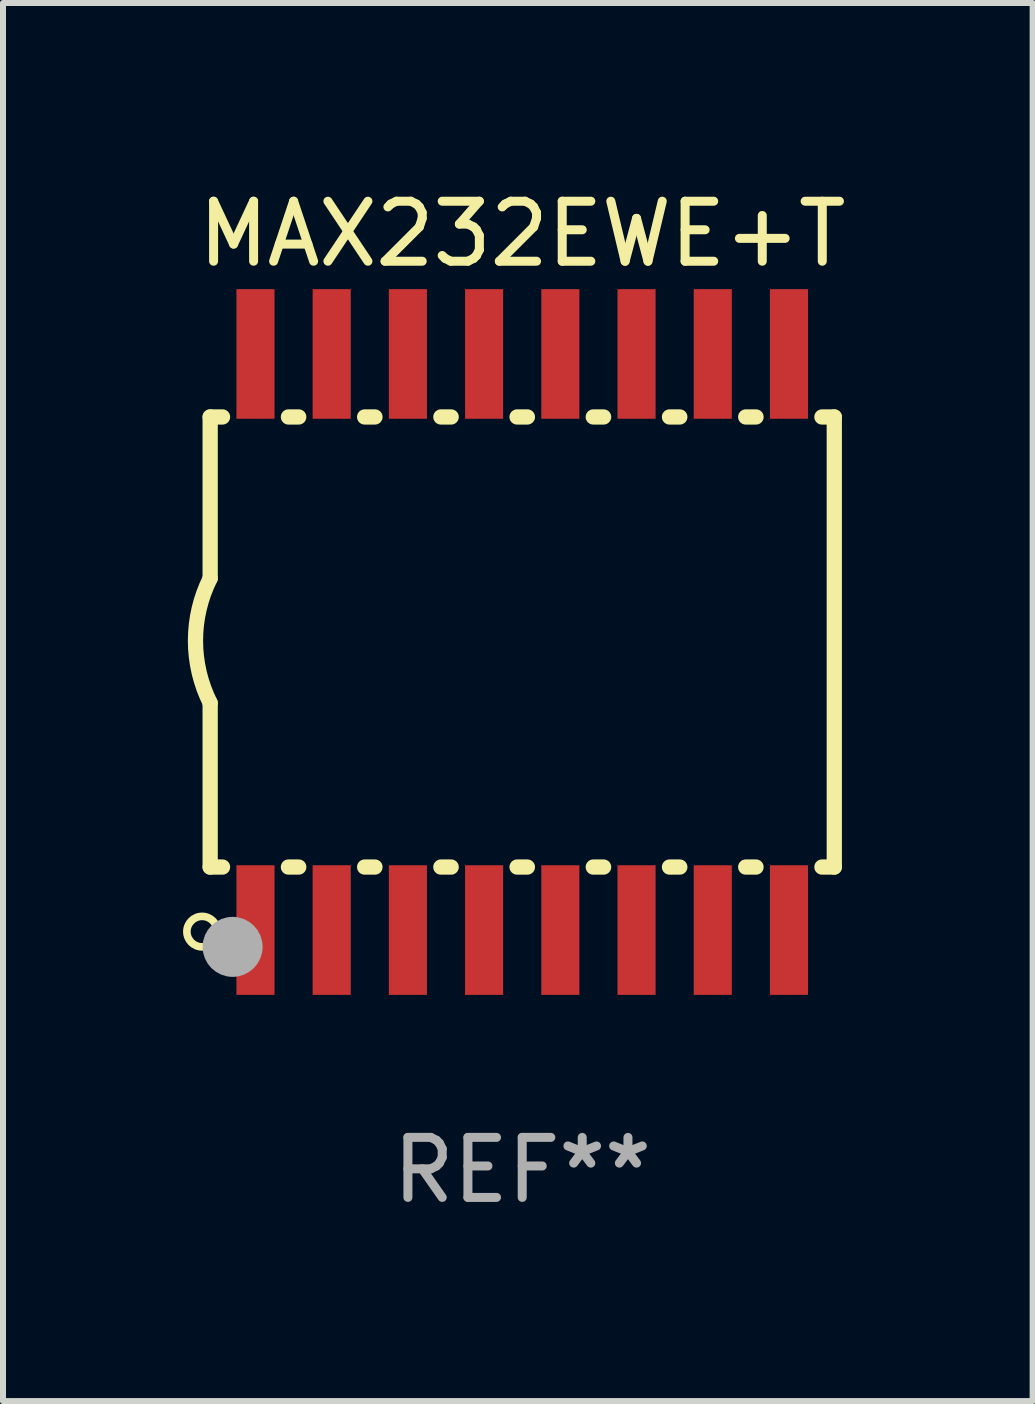
<source format=kicad_pcb>
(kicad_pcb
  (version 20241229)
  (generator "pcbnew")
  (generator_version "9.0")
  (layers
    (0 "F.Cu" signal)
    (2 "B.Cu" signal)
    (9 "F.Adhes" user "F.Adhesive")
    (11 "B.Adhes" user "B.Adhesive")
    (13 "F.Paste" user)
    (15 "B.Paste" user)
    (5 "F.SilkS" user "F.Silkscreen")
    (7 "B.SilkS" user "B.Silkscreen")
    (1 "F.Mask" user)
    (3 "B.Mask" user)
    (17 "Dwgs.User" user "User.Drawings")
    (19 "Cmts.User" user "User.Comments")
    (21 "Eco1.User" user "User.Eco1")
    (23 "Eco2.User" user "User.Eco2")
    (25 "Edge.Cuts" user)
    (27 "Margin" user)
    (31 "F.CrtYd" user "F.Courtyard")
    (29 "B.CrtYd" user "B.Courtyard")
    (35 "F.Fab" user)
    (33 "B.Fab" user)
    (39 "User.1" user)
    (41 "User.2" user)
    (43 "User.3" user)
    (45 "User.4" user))
  (footprint "MAX232EWE+T"
    (layer "F.Cu")
    (at 5.652 7.648)
    (property "Reference" "MAX232EWE+T" (at 0 -6.8 0) (layer "F.SilkS") (effects (font (size 1 1) (thickness 0.15))))
    (attr through_hole)
    (fp_line (start -5.2 -3.75) (end -5.2 -1.06) (stroke (width 0.254) (type solid)) (layer "F.SilkS"))
    (fp_line (start -5.2 -3.75) (end -4.994 -3.75) (stroke (width 0.254) (type solid)) (layer "F.SilkS"))
    (fp_line (start -5.2 3.75) (end -5.2 1.016) (stroke (width 0.254) (type solid)) (layer "F.SilkS"))
    (fp_line (start -5.2 3.75) (end -4.994 3.75) (stroke (width 0.254) (type solid)) (layer "F.SilkS"))
    (fp_line (start -3.896 -3.75) (end -3.724 -3.75) (stroke (width 0.254) (type solid)) (layer "F.SilkS"))
    (fp_line (start -3.896 3.75) (end -3.724 3.75) (stroke (width 0.254) (type solid)) (layer "F.SilkS"))
    (fp_line (start -2.626 -3.75) (end -2.454 -3.75) (stroke (width 0.254) (type solid)) (layer "F.SilkS"))
    (fp_line (start -2.626 3.75) (end -2.454 3.75) (stroke (width 0.254) (type solid)) (layer "F.SilkS"))
    (fp_line (start -1.356 -3.75) (end -1.184 -3.75) (stroke (width 0.254) (type solid)) (layer "F.SilkS"))
    (fp_line (start -1.356 3.75) (end -1.184 3.75) (stroke (width 0.254) (type solid)) (layer "F.SilkS"))
    (fp_line (start -0.086 -3.75) (end 0.086 -3.75) (stroke (width 0.254) (type solid)) (layer "F.SilkS"))
    (fp_line (start -0.086 3.75) (end 0.086 3.75) (stroke (width 0.254) (type solid)) (layer "F.SilkS"))
    (fp_line (start 1.184 -3.75) (end 1.356 -3.75) (stroke (width 0.254) (type solid)) (layer "F.SilkS"))
    (fp_line (start 1.184 3.75) (end 1.356 3.75) (stroke (width 0.254) (type solid)) (layer "F.SilkS"))
    (fp_line (start 2.454 -3.75) (end 2.626 -3.75) (stroke (width 0.254) (type solid)) (layer "F.SilkS"))
    (fp_line (start 2.454 3.75) (end 2.626 3.75) (stroke (width 0.254) (type solid)) (layer "F.SilkS"))
    (fp_line (start 3.724 -3.75) (end 3.896 -3.75) (stroke (width 0.254) (type solid)) (layer "F.SilkS"))
    (fp_line (start 3.724 3.75) (end 3.896 3.75) (stroke (width 0.254) (type solid)) (layer "F.SilkS"))
    (fp_line (start 4.994 -3.75) (end 5.2 -3.75) (stroke (width 0.254) (type solid)) (layer "F.SilkS"))
    (fp_line (start 4.994 3.75) (end 5.2 3.75) (stroke (width 0.254) (type solid)) (layer "F.SilkS"))
    (fp_line (start 5.2 3.75) (end 5.2 -3.75) (stroke (width 0.254) (type solid)) (layer "F.SilkS"))
    (fp_arc (start -5.199391 1.016002) (mid -5.444637 -0.021925) (end -5.2 -1.059995) (stroke (width 0.254001) (type solid)) (layer "F.SilkS"))
    (fp_circle (center -5.334 4.826) (end -5.08 4.826) (stroke (width 0.127) (type solid)) (fill no) (layer "F.SilkS"))
    (fp_circle (center -5.15 5.15) (end -5.12 5.15) (stroke (width 0.06) (type solid)) (fill no) (layer "F.SilkS"))
    (fp_circle (center -4.826 5.08) (end -4.576 5.08) (stroke (width 0.5) (type solid)) (fill no) (layer "F.Fab"))
    (fp_text user "REF**" (at 0 8.8 0) (layer "F.Fab") (effects (font (size 1 1) (thickness 0.15))))
    (pad "1" smd rect (at -4.445 4.8) (size 0.635 2.16) (layers "F.Cu" "F.Mask" "F.Paste"))
    (pad "2" smd rect (at -3.175 4.8) (size 0.635 2.16) (layers "F.Cu" "F.Mask" "F.Paste"))
    (pad "3" smd rect (at -1.905 4.8) (size 0.635 2.16) (layers "F.Cu" "F.Mask" "F.Paste"))
    (pad "4" smd rect (at -0.635 4.8) (size 0.635 2.16) (layers "F.Cu" "F.Mask" "F.Paste"))
    (pad "5" smd rect (at 0.635 4.8) (size 0.635 2.16) (layers "F.Cu" "F.Mask" "F.Paste"))
    (pad "6" smd rect (at 1.905 4.8) (size 0.635 2.16) (layers "F.Cu" "F.Mask" "F.Paste"))
    (pad "7" smd rect (at 3.175 4.8) (size 0.635 2.16) (layers "F.Cu" "F.Mask" "F.Paste"))
    (pad "8" smd rect (at 4.445 4.8) (size 0.635 2.16) (layers "F.Cu" "F.Mask" "F.Paste"))
    (pad "9" smd rect (at 4.445 -4.8) (size 0.635 2.16) (layers "F.Cu" "F.Mask" "F.Paste"))
    (pad "10" smd rect (at 3.175 -4.8) (size 0.635 2.16) (layers "F.Cu" "F.Mask" "F.Paste"))
    (pad "11" smd rect (at 1.905 -4.8) (size 0.635 2.16) (layers "F.Cu" "F.Mask" "F.Paste"))
    (pad "12" smd rect (at 0.635 -4.8) (size 0.635 2.16) (layers "F.Cu" "F.Mask" "F.Paste"))
    (pad "13" smd rect (at -0.635 -4.8) (size 0.635 2.16) (layers "F.Cu" "F.Mask" "F.Paste"))
    (pad "14" smd rect (at -1.905 -4.8) (size 0.635 2.16) (layers "F.Cu" "F.Mask" "F.Paste"))
    (pad "15" smd rect (at -3.175 -4.8) (size 0.635 2.16) (layers "F.Cu" "F.Mask" "F.Paste"))
    (pad "16" smd rect (at -4.445 -4.8) (size 0.635 2.16) (layers "F.Cu" "F.Mask" "F.Paste")))
  (gr_rect
    (start -3 -3)
    (end 14.157 20.297)
    (stroke (width 0.1) (type default))
    (fill no)
    (layer "Edge.Cuts")))
</source>
